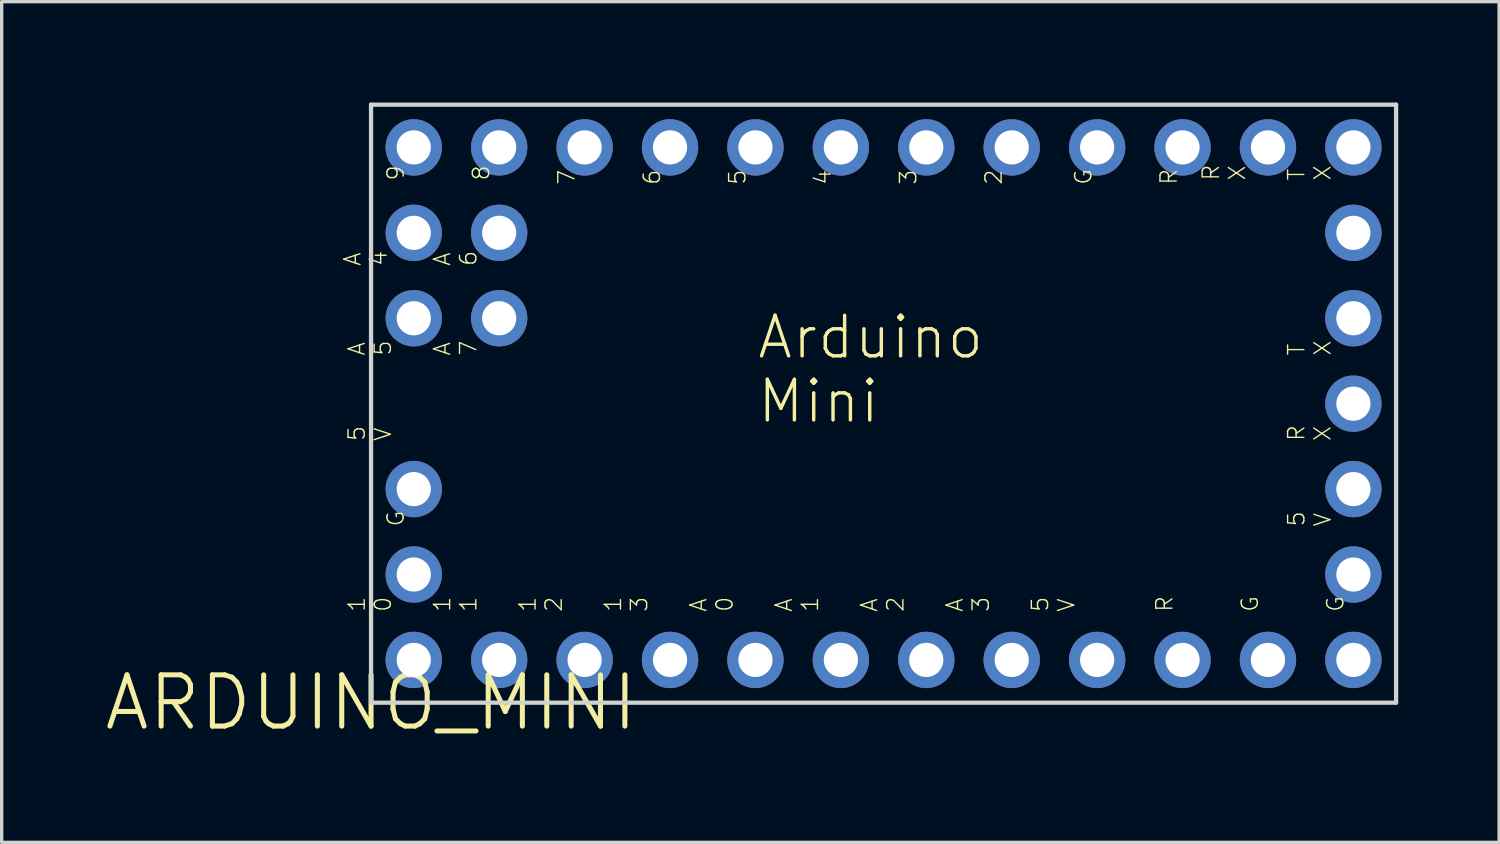
<source format=kicad_pcb>
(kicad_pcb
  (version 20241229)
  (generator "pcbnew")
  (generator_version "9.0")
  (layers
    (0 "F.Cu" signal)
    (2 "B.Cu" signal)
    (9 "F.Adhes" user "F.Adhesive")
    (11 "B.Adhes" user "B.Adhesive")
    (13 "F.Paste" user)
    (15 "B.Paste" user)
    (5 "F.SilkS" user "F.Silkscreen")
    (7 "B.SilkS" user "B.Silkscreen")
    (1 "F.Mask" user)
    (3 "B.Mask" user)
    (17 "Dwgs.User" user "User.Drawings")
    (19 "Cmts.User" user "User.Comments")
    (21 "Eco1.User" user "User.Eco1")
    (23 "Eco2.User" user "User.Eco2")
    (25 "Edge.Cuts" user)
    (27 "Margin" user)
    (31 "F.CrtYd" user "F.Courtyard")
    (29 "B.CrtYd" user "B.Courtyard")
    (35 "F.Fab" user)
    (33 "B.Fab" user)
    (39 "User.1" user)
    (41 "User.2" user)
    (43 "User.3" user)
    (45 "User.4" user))
  (footprint "ARDUINO_MINI"
    (layer "F.Cu")
    (at 7.983 17.843)
    (property "Reference" "ARDUINO_MINI" (at 0 0 0) (layer "F.SilkS") (effects (font (size 1.524 1.524) (thickness 0.15))))
    (attr through_hole)
    (fp_line (start 0 -17.78) (end 30.48 -17.78) (stroke (width 0.127) (type solid)) (layer "Edge.Cuts"))
    (fp_line (start 0 0) (end 0 -17.78) (stroke (width 0.127) (type solid)) (layer "Edge.Cuts"))
    (fp_line (start 30.48 -17.78) (end 30.48 0) (stroke (width 0.127) (type solid)) (layer "Edge.Cuts"))
    (fp_line (start 30.48 0) (end 0 0) (stroke (width 0.127) (type solid)) (layer "Edge.Cuts"))
    (fp_text user "5\nV" (at 28.575 -5.207 270) (layer "F.SilkS") (effects (font (size 0.483 0.483) (thickness 0.041)) (justify left bottom)))
    (fp_text user "1\n3" (at 8.255 -2.667 270) (layer "F.SilkS") (effects (font (size 0.483 0.483) (thickness 0.041)) (justify left bottom)))
    (fp_text user "5\nV" (at 0.635 -7.747 270) (layer "F.SilkS") (effects (font (size 0.483 0.483) (thickness 0.041)) (justify left bottom)))
    (fp_text user "A\n6" (at 3.175 -12.954 270) (layer "F.SilkS") (effects (font (size 0.483 0.483) (thickness 0.041)) (justify left bottom)))
    (fp_text user "5" (at 11.176 -15.367 270) (layer "F.SilkS") (effects (font (size 0.483 0.483) (thickness 0.041)) (justify left bottom)))
    (fp_text user "Arduino" (at 11.43 -10.16 0) (layer "F.SilkS") (effects (font (size 1.206 1.206) (thickness 0.102)) (justify left bottom)))
    (fp_text user "A\n2" (at 15.875 -2.667 270) (layer "F.SilkS") (effects (font (size 0.483 0.483) (thickness 0.041)) (justify left bottom)))
    (fp_text user "R" (at 24.003 -15.367 270) (layer "F.SilkS") (effects (font (size 0.483 0.483) (thickness 0.041)) (justify left bottom)))
    (fp_text user "R\nX" (at 28.575 -7.747 270) (layer "F.SilkS") (effects (font (size 0.483 0.483) (thickness 0.041)) (justify left bottom)))
    (fp_text user "A\n1" (at 13.335 -2.667 270) (layer "F.SilkS") (effects (font (size 0.483 0.483) (thickness 0.041)) (justify left bottom)))
    (fp_text user "A\n7" (at 3.175 -10.287 270) (layer "F.SilkS") (effects (font (size 0.483 0.483) (thickness 0.041)) (justify left bottom)))
    (fp_text user "7" (at 6.096 -15.367 270) (layer "F.SilkS") (effects (font (size 0.483 0.483) (thickness 0.041)) (justify left bottom)))
    (fp_text user "2" (at 18.796 -15.367 270) (layer "F.SilkS") (effects (font (size 0.483 0.483) (thickness 0.041)) (justify left bottom)))
    (fp_text user "A\n0" (at 10.795 -2.667 270) (layer "F.SilkS") (effects (font (size 0.483 0.483) (thickness 0.041)) (justify left bottom)))
    (fp_text user "R" (at 23.876 -2.667 270) (layer "F.SilkS") (effects (font (size 0.483 0.483) (thickness 0.041)) (justify left bottom)))
    (fp_text user "A\n3" (at 18.415 -2.667 270) (layer "F.SilkS") (effects (font (size 0.483 0.483) (thickness 0.041)) (justify left bottom)))
    (fp_text user "4" (at 13.716 -15.367 270) (layer "F.SilkS") (effects (font (size 0.483 0.483) (thickness 0.041)) (justify left bottom)))
    (fp_text user "9" (at 1.016 -15.494 270) (layer "F.SilkS") (effects (font (size 0.483 0.483) (thickness 0.041)) (justify left bottom)))
    (fp_text user "T\nX" (at 28.575 -15.494 270) (layer "F.SilkS") (effects (font (size 0.483 0.483) (thickness 0.041)) (justify left bottom)))
    (fp_text user "1\n0" (at 0.635 -2.667 270) (layer "F.SilkS") (effects (font (size 0.483 0.483) (thickness 0.041)) (justify left bottom)))
    (fp_text user "R\nX" (at 26.035 -15.494 270) (layer "F.SilkS") (effects (font (size 0.483 0.483) (thickness 0.041)) (justify left bottom)))
    (fp_text user "3" (at 16.256 -15.367 270) (layer "F.SilkS") (effects (font (size 0.483 0.483) (thickness 0.041)) (justify left bottom)))
    (fp_text user "T\nX" (at 28.575 -10.287 270) (layer "F.SilkS") (effects (font (size 0.483 0.483) (thickness 0.041)) (justify left bottom)))
    (fp_text user "G" (at 21.463 -15.367 270) (layer "F.SilkS") (effects (font (size 0.483 0.483) (thickness 0.041)) (justify left bottom)))
    (fp_text user "G" (at 1.016 -5.207 270) (layer "F.SilkS") (effects (font (size 0.483 0.483) (thickness 0.041)) (justify left bottom)))
    (fp_text user "G" (at 28.956 -2.667 270) (layer "F.SilkS") (effects (font (size 0.483 0.483) (thickness 0.041)) (justify left bottom)))
    (fp_text user "5\nV" (at 20.955 -2.667 270) (layer "F.SilkS") (effects (font (size 0.483 0.483) (thickness 0.041)) (justify left bottom)))
    (fp_text user "A\n5" (at 0.635 -10.287 270) (layer "F.SilkS") (effects (font (size 0.483 0.483) (thickness 0.041)) (justify left bottom)))
    (fp_text user "8" (at 3.556 -15.494 270) (layer "F.SilkS") (effects (font (size 0.483 0.483) (thickness 0.041)) (justify left bottom)))
    (fp_text user "A\n4" (at 0.508 -12.954 270) (layer "F.SilkS") (effects (font (size 0.483 0.483) (thickness 0.041)) (justify left bottom)))
    (fp_text user "G" (at 26.416 -2.667 270) (layer "F.SilkS") (effects (font (size 0.483 0.483) (thickness 0.041)) (justify left bottom)))
    (fp_text user "Mini" (at 11.43 -8.255 0) (layer "F.SilkS") (effects (font (size 1.206 1.206) (thickness 0.102)) (justify left bottom)))
    (fp_text user "1\n1" (at 3.175 -2.667 270) (layer "F.SilkS") (effects (font (size 0.483 0.483) (thickness 0.041)) (justify left bottom)))
    (fp_text user "1\n2" (at 5.715 -2.667 270) (layer "F.SilkS") (effects (font (size 0.483 0.483) (thickness 0.041)) (justify left bottom)))
    (fp_text user "6" (at 8.636 -15.367 270) (layer "F.SilkS") (effects (font (size 0.483 0.483) (thickness 0.041)) (justify left bottom)))
    (pad "..GN" thru_hole circle (at 1.27 -3.81 90) (size 1.676 1.676) (drill 1.016) (layers "*.Cu" "*.Mask"))
    (pad ".5V" thru_hole circle (at 1.27 -6.35 90) (size 1.676 1.676) (drill 1.016) (layers "*.Cu" "*.Mask"))
    (pad ".GND" thru_hole circle (at 29.21 -3.81 90) (size 1.676 1.676) (drill 1.016) (layers "*.Cu" "*.Mask"))
    (pad "2" thru_hole circle (at 19.05 -16.51 90) (size 1.676 1.676) (drill 1.016) (layers "*.Cu" "*.Mask"))
    (pad "3" thru_hole circle (at 16.51 -16.51 90) (size 1.676 1.676) (drill 1.016) (layers "*.Cu" "*.Mask"))
    (pad "4" thru_hole circle (at 13.97 -16.51 90) (size 1.676 1.676) (drill 1.016) (layers "*.Cu" "*.Mask"))
    (pad "5" thru_hole circle (at 11.43 -16.51 90) (size 1.676 1.676) (drill 1.016) (layers "*.Cu" "*.Mask"))
    (pad "5V" thru_hole circle (at 21.59 -1.27 90) (size 1.676 1.676) (drill 1.016) (layers "*.Cu" "*.Mask"))
    (pad "5V." thru_hole circle (at 29.21 -6.35 90) (size 1.676 1.676) (drill 1.016) (layers "*.Cu" "*.Mask"))
    (pad "6" thru_hole circle (at 8.89 -16.51 90) (size 1.676 1.676) (drill 1.016) (layers "*.Cu" "*.Mask"))
    (pad "7" thru_hole circle (at 6.35 -16.51 90) (size 1.676 1.676) (drill 1.016) (layers "*.Cu" "*.Mask"))
    (pad "8" thru_hole circle (at 3.81 -16.51 90) (size 1.676 1.676) (drill 1.016) (layers "*.Cu" "*.Mask"))
    (pad "9" thru_hole circle (at 1.27 -16.51 90) (size 1.676 1.676) (drill 1.016) (layers "*.Cu" "*.Mask"))
    (pad "9V" thru_hole circle (at 29.21 -1.27 90) (size 1.676 1.676) (drill 1.016) (layers "*.Cu" "*.Mask"))
    (pad "10" thru_hole circle (at 1.27 -1.27 90) (size 1.676 1.676) (drill 1.016) (layers "*.Cu" "*.Mask"))
    (pad "11" thru_hole circle (at 3.81 -1.27 90) (size 1.676 1.676) (drill 1.016) (layers "*.Cu" "*.Mask"))
    (pad "12" thru_hole circle (at 6.35 -1.27 90) (size 1.676 1.676) (drill 1.016) (layers "*.Cu" "*.Mask"))
    (pad "13" thru_hole circle (at 8.89 -1.27 90) (size 1.676 1.676) (drill 1.016) (layers "*.Cu" "*.Mask"))
    (pad "A0" thru_hole circle (at 11.43 -1.27 90) (size 1.676 1.676) (drill 1.016) (layers "*.Cu" "*.Mask"))
    (pad "A1" thru_hole circle (at 13.97 -1.27 90) (size 1.676 1.676) (drill 1.016) (layers "*.Cu" "*.Mask"))
    (pad "A2" thru_hole circle (at 16.51 -1.27 90) (size 1.676 1.676) (drill 1.016) (layers "*.Cu" "*.Mask"))
    (pad "A3" thru_hole circle (at 19.05 -1.27 90) (size 1.676 1.676) (drill 1.016) (layers "*.Cu" "*.Mask"))
    (pad "A4" thru_hole circle (at 1.27 -13.97 90) (size 1.676 1.676) (drill 1.016) (layers "*.Cu" "*.Mask"))
    (pad "A5" thru_hole circle (at 1.27 -11.43 90) (size 1.676 1.676) (drill 1.016) (layers "*.Cu" "*.Mask"))
    (pad "A6" thru_hole circle (at 3.81 -13.97 90) (size 1.676 1.676) (drill 1.016) (layers "*.Cu" "*.Mask"))
    (pad "A7" thru_hole circle (at 3.81 -11.43 90) (size 1.676 1.676) (drill 1.016) (layers "*.Cu" "*.Mask"))
    (pad "GND" thru_hole circle (at 21.59 -16.51 90) (size 1.676 1.676) (drill 1.016) (layers "*.Cu" "*.Mask"))
    (pad "GND." thru_hole circle (at 26.67 -1.27 90) (size 1.676 1.676) (drill 1.016) (layers "*.Cu" "*.Mask"))
    (pad "IO7" thru_hole circle (at 29.21 -13.97 90) (size 1.676 1.676) (drill 1.016) (layers "*.Cu" "*.Mask"))
    (pad "R" thru_hole circle (at 24.13 -1.27 90) (size 1.676 1.676) (drill 1.016) (layers "*.Cu" "*.Mask"))
    (pad "R." thru_hole circle (at 24.13 -16.51 90) (size 1.676 1.676) (drill 1.016) (layers "*.Cu" "*.Mask"))
    (pad "RX" thru_hole circle (at 26.67 -16.51 90) (size 1.676 1.676) (drill 1.016) (layers "*.Cu" "*.Mask"))
    (pad "RX." thru_hole circle (at 29.21 -8.89 90) (size 1.676 1.676) (drill 1.016) (layers "*.Cu" "*.Mask"))
    (pad "TX" thru_hole circle (at 29.21 -16.51 90) (size 1.676 1.676) (drill 1.016) (layers "*.Cu" "*.Mask"))
    (pad "TX." thru_hole circle (at 29.21 -11.43 90) (size 1.676 1.676) (drill 1.016) (layers "*.Cu" "*.Mask")))
  (gr_rect
    (start -3 -3)
    (end 41.526 21.998)
    (stroke (width 0.1) (type default))
    (fill no)
    (layer "Edge.Cuts")))
</source>
